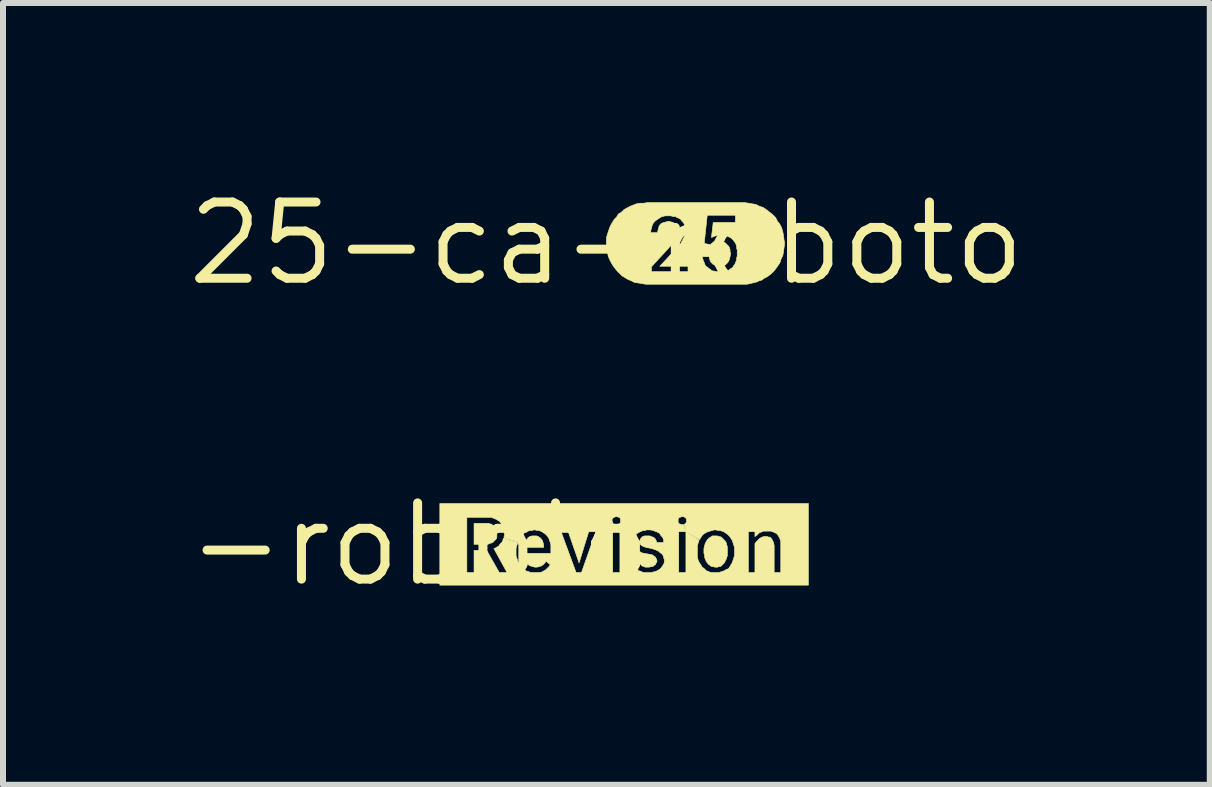
<source format=kicad_pcb>
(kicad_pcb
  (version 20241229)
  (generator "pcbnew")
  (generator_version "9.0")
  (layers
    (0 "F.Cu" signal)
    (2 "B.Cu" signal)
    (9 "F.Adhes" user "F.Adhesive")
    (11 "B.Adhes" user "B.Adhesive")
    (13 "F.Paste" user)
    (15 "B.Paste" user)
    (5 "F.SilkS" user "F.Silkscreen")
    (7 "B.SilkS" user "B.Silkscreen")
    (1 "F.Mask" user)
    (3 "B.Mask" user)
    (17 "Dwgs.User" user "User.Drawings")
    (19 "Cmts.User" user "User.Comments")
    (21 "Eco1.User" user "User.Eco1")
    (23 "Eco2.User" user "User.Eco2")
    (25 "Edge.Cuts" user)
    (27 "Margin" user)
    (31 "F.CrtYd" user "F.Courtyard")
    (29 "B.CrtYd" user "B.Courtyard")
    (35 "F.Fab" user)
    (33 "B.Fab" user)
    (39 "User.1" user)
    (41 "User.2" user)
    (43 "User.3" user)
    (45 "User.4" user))
  (footprint "-roboto"
    (layer "F.Cu")
    (at 3.938 6.019)
    (property "Reference" "-roboto" (at 0 0 0) (layer "F.SilkS") (effects (font (size 1.27 1.27) (thickness 0.15))))
    (attr board_only exclude_from_pos_files exclude_from_bom)
    (fp_poly (pts (xy 1.91 -0.14) (xy 1.88 -0.14) (xy 1.84 -0.13) (xy 1.81 -0.11) (xy 1.79 -0.08) (xy 1.77 -0.06) (xy 1.75 -0.02) (xy 1.74 0.01) (xy 1.73 0.05) (xy 2.07 0.05) (xy 2.07 0.01) (xy 2.06 -0.03) (xy 2.05 -0.06) (xy 2.03 -0.09) (xy 2.01 -0.11) (xy 1.98 -0.13) (xy 1.95 -0.14) (xy 1.91 -0.14)) (stroke (width 0.01) (type solid)) (fill yes) (layer "F.SilkS"))
    (fp_poly (pts (xy 0.91 0) (xy 1.1 0) (xy 1.14 0) (xy 1.16 -0.01) (xy 1.19 -0.02) (xy 1.22 -0.03) (xy 1.24 -0.05) (xy 1.26 -0.07) (xy 1.28 -0.09) (xy 1.29 -0.12) (xy 1.29 -0.15) (xy 1.29 -0.2) (xy 1.29 -0.23) (xy 1.27 -0.26) (xy 1.26 -0.29) (xy 1.23 -0.31) (xy 1.21 -0.33) (xy 1.18 -0.34) (xy 1.15 -0.35) (xy 1.1 -0.35) (xy 0.91 -0.35) (xy 0.91 0)) (stroke (width 0.01) (type solid)) (fill yes) (layer "F.SilkS"))
    (fp_poly (pts (xy 4.74 0.12) (xy 4.74 0.15) (xy 4.75 0.18) (xy 4.75 0.21) (xy 4.76 0.24) (xy 4.77 0.26) (xy 4.78 0.29) (xy 4.8 0.31) (xy 4.81 0.33) (xy 4.83 0.34) (xy 4.85 0.36) (xy 4.87 0.37) (xy 4.89 0.37) (xy 4.92 0.38) (xy 4.94 0.38) (xy 4.97 0.38) (xy 4.99 0.37) (xy 5.01 0.37) (xy 5.03 0.36) (xy 5.05 0.34) (xy 5.06 0.33) (xy 5.08 0.31) (xy 5.09 0.29) (xy 5.1 0.27) (xy 5.11 0.25) (xy 5.12 0.22) (xy 5.13 0.19) (xy 5.13 0.13) (xy 5.13 0.07) (xy 5.13 0.04) (xy 5.12 0.01) (xy 5.11 -0.03) (xy 5.09 -0.06) (xy 5.06 -0.09) (xy 5.03 -0.12) (xy 5 -0.13) (xy 4.96 -0.14) (xy 4.92 -0.14) (xy 4.88 -0.14) (xy 4.85 -0.12) (xy 4.82 -0.1) (xy 4.8 -0.08) (xy 4.78 -0.05) (xy 4.76 -0.01) (xy 4.75 0.03) (xy 4.74 0.07) (xy 4.74 0.12)) (stroke (width 0.01) (type solid)) (fill yes) (layer "F.SilkS"))
    (fp_poly (pts (xy 0.68 -0.68) (xy 0.34 -0.68) (xy 0.34 0.68) (xy 6.48 0.68) (xy 6.48 -0.68) (xy 0.68 -0.68) (xy 0.79 -0.45) (xy 1.1 -0.45) (xy 1.15 -0.45) (xy 1.19 -0.45) (xy 1.25 -0.43) (xy 1.27 -0.42) (xy 1.29 -0.41) (xy 1.32 -0.39) (xy 1.34 -0.38) (xy 1.35 -0.36) (xy 1.37 -0.34) (xy 1.38 -0.32) (xy 1.4 -0.29) (xy 1.4 -0.26) (xy 1.41 -0.23) (xy 1.41 -0.19) (xy 1.42 -0.16) (xy 1.41 -0.13) (xy 1.41 -0.1) (xy 1.64 -0.04) (xy 1.65 -0.07) (xy 1.66 -0.1) (xy 1.68 -0.12) (xy 1.7 -0.15) (xy 1.72 -0.17) (xy 1.75 -0.19) (xy 1.78 -0.2) (xy 1.81 -0.22) (xy 1.84 -0.23) (xy 1.87 -0.23) (xy 1.9 -0.24) (xy 1.93 -0.24) (xy 1.96 -0.23) (xy 1.99 -0.23) (xy 2.02 -0.22) (xy 2.05 -0.21) (xy 2.07 -0.19) (xy 2.09 -0.18) (xy 2.11 -0.16) (xy 2.13 -0.14) (xy 2.15 -0.11) (xy 2.36 -0.21) (xy 2.48 -0.21) (xy 2.66 0.31) (xy 2.82 -0.21) (xy 2.94 -0.21) (xy 3.22 -0.37) (xy 3.21 -0.38) (xy 3.21 -0.39) (xy 3.21 -0.42) (xy 3.22 -0.43) (xy 3.23 -0.44) (xy 3.23 -0.45) (xy 3.24 -0.45) (xy 3.27 -0.46) (xy 3.3 -0.46) (xy 3.32 -0.45) (xy 3.33 -0.45) (xy 3.34 -0.44) (xy 3.35 -0.43) (xy 3.35 -0.42) (xy 3.35 -0.4) (xy 3.35 -0.39) (xy 3.35 -0.37) (xy 3.35 -0.36) (xy 3.34 -0.35) (xy 3.33 -0.34) (xy 3.32 -0.34) (xy 3.31 -0.33) (xy 3.34 -0.21) (xy 3.57 -0.11) (xy 3.58 -0.14) (xy 3.61 -0.17) (xy 3.64 -0.19) (xy 3.66 -0.2) (xy 3.68 -0.21) (xy 3.7 -0.22) (xy 3.73 -0.23) (xy 3.76 -0.23) (xy 3.78 -0.24) (xy 3.85 -0.24) (xy 3.9 -0.23) (xy 3.92 -0.22) (xy 3.95 -0.21) (xy 3.97 -0.2) (xy 3.99 -0.19) (xy 4.01 -0.17) (xy 4.02 -0.15) (xy 4.04 -0.13) (xy 4.32 -0.35) (xy 4.31 -0.37) (xy 4.31 -0.38) (xy 4.31 -0.39) (xy 4.31 -0.42) (xy 4.32 -0.43) (xy 4.32 -0.44) (xy 4.33 -0.45) (xy 4.34 -0.45) (xy 4.37 -0.46) (xy 4.4 -0.46) (xy 4.42 -0.45) (xy 4.43 -0.45) (xy 4.44 -0.44) (xy 4.44 -0.43) (xy 4.45 -0.42) (xy 4.45 -0.4) (xy 4.45 -0.39) (xy 4.45 -0.37) (xy 4.44 -0.36) (xy 4.44 -0.35) (xy 4.43 -0.34) (xy 4.42 -0.34) (xy 4.41 -0.33) (xy 4.44 -0.21) (xy 4.67 -0.08) (xy 4.68 -0.1) (xy 4.7 -0.13) (xy 4.72 -0.16) (xy 4.75 -0.18) (xy 4.78 -0.2) (xy 4.81 -0.21) (xy 4.84 -0.22) (xy 4.87 -0.23) (xy 4.91 -0.24) (xy 4.94 -0.24) (xy 4.98 -0.23) (xy 5.01 -0.23) (xy 5.04 -0.22) (xy 5.07 -0.21) (xy 5.1 -0.19) (xy 5.13 -0.17) (xy 5.15 -0.15) (xy 5.17 -0.13) (xy 5.19 -0.1) (xy 5.21 -0.07) (xy 5.48 -0.21) (xy 5.59 -0.21) (xy 5.59 -0.13) (xy 5.62 -0.15) (xy 5.64 -0.17) (xy 5.66 -0.19) (xy 5.68 -0.2) (xy 5.71 -0.21) (xy 5.73 -0.22) (xy 5.76 -0.22) (xy 5.79 -0.22) (xy 5.82 -0.22) (xy 5.86 -0.22) (xy 5.88 -0.21) (xy 5.91 -0.2) (xy 5.93 -0.19) (xy 5.95 -0.18) (xy 5.97 -0.16) (xy 5.98 -0.14) (xy 6 -0.11) (xy 6.01 -0.08) (xy 6.02 -0.05) (xy 6.02 -0.01) (xy 6.02 0.47) (xy 5.91 0.47) (xy 5.91 0.02) (xy 5.9 -0.03) (xy 5.89 -0.05) (xy 5.88 -0.07) (xy 5.87 -0.09) (xy 5.86 -0.1) (xy 5.84 -0.12) (xy 5.82 -0.12) (xy 5.79 -0.13) (xy 5.76 -0.13) (xy 5.74 -0.13) (xy 5.71 -0.12) (xy 5.69 -0.11) (xy 5.67 -0.1) (xy 5.65 -0.08) (xy 5.63 -0.06) (xy 5.61 -0.04) (xy 5.59 -0.01) (xy 5.59 0.47) (xy 5.48 0.47) (xy 5.48 -0.21) (xy 5.21 -0.07) (xy 5.22 -0.04) (xy 5.23 -0.01) (xy 5.24 0.02) (xy 5.25 0.06) (xy 5.25 0.1) (xy 5.25 0.14) (xy 5.25 0.18) (xy 5.24 0.22) (xy 5.23 0.25) (xy 5.22 0.28) (xy 5.21 0.31) (xy 5.19 0.34) (xy 5.18 0.36) (xy 5.16 0.39) (xy 5.14 0.41) (xy 5.11 0.42) (xy 5.08 0.44) (xy 5.05 0.45) (xy 5.02 0.46) (xy 4.99 0.47) (xy 4.96 0.47) (xy 4.93 0.47) (xy 4.89 0.47) (xy 4.86 0.47) (xy 4.83 0.46) (xy 4.81 0.45) (xy 4.78 0.44) (xy 4.76 0.42) (xy 4.74 0.4) (xy 4.71 0.38) (xy 4.7 0.36) (xy 4.68 0.33) (xy 4.66 0.3) (xy 4.65 0.28) (xy 4.64 0.25) (xy 4.63 0.21) (xy 4.63 0.18) (xy 4.63 0.15) (xy 4.63 0.11) (xy 4.63 0.07) (xy 4.63 0.03) (xy 4.64 -0.01) (xy 4.65 -0.04) (xy 4.66 -0.07) (xy 4.44 -0.21) (xy 4.44 0.47) (xy 4.32 0.47) (xy 4.32 -0.21) (xy 4.44 -0.21) (xy 4.4 -0.33) (xy 4.39 -0.33) (xy 4.37 -0.33) (xy 4.36 -0.33) (xy 4.34 -0.34) (xy 4.33 -0.34) (xy 4.32 -0.35) (xy 4.04 -0.13) (xy 4.06 -0.1) (xy 4.07 -0.06) (xy 4.07 -0.03) (xy 3.95 -0.03) (xy 3.95 -0.05) (xy 3.94 -0.07) (xy 3.93 -0.09) (xy 3.91 -0.11) (xy 3.89 -0.12) (xy 3.86 -0.13) (xy 3.84 -0.14) (xy 3.81 -0.14) (xy 3.78 -0.14) (xy 3.75 -0.14) (xy 3.72 -0.13) (xy 3.7 -0.11) (xy 3.69 -0.1) (xy 3.68 -0.08) (xy 3.67 -0.06) (xy 3.67 -0.03) (xy 3.68 -0.01) (xy 3.68 0) (xy 3.7 0.02) (xy 3.72 0.03) (xy 3.77 0.05) (xy 3.87 0.07) (xy 3.93 0.09) (xy 3.98 0.11) (xy 4.01 0.14) (xy 4.03 0.15) (xy 4.05 0.17) (xy 4.06 0.19) (xy 4.07 0.21) (xy 4.07 0.23) (xy 4.08 0.25) (xy 4.08 0.27) (xy 4.08 0.3) (xy 4.07 0.33) (xy 4.05 0.36) (xy 4.03 0.39) (xy 4.01 0.41) (xy 3.98 0.43) (xy 3.94 0.45) (xy 3.9 0.46) (xy 3.86 0.47) (xy 3.81 0.47) (xy 3.77 0.47) (xy 3.73 0.47) (xy 3.69 0.45) (xy 3.65 0.44) (xy 3.62 0.41) (xy 3.59 0.39) (xy 3.56 0.36) (xy 3.55 0.33) (xy 3.54 0.31) (xy 3.53 0.28) (xy 3.53 0.25) (xy 3.64 0.25) (xy 3.65 0.28) (xy 3.66 0.3) (xy 3.67 0.32) (xy 3.69 0.34) (xy 3.71 0.36) (xy 3.74 0.37) (xy 3.76 0.38) (xy 3.79 0.38) (xy 3.83 0.38) (xy 3.86 0.37) (xy 3.89 0.37) (xy 3.91 0.35) (xy 3.93 0.34) (xy 3.94 0.32) (xy 3.95 0.3) (xy 3.96 0.28) (xy 3.95 0.25) (xy 3.94 0.23) (xy 3.93 0.21) (xy 3.91 0.2) (xy 3.89 0.18) (xy 3.86 0.17) (xy 3.74 0.15) (xy 3.7 0.14) (xy 3.67 0.12) (xy 3.64 0.11) (xy 3.61 0.09) (xy 3.59 0.07) (xy 3.57 0.05) (xy 3.56 0.02) (xy 3.55 -0.01) (xy 3.55 -0.05) (xy 3.55 -0.08) (xy 3.57 -0.11) (xy 3.34 -0.21) (xy 3.34 0.47) (xy 3.22 0.47) (xy 3.22 -0.21) (xy 3.34 -0.21) (xy 3.31 -0.33) (xy 3.29 -0.33) (xy 3.27 -0.33) (xy 3.26 -0.33) (xy 3.24 -0.34) (xy 3.23 -0.34) (xy 3.22 -0.35) (xy 3.22 -0.36) (xy 2.94 -0.21) (xy 2.7 0.47) (xy 2.61 0.47) (xy 2.36 -0.21) (xy 2.15 -0.11) (xy 2.16 -0.09) (xy 2.17 -0.06) (xy 2.18 -0.03) (xy 2.19 0.01) (xy 2.19 0.04) (xy 2.19 0.08) (xy 2.19 0.15) (xy 1.73 0.15) (xy 1.73 0.19) (xy 1.74 0.22) (xy 1.75 0.25) (xy 1.76 0.28) (xy 1.78 0.31) (xy 1.8 0.33) (xy 1.83 0.35) (xy 1.85 0.36) (xy 1.89 0.37) (xy 1.92 0.38) (xy 1.96 0.38) (xy 2 0.37) (xy 2.03 0.36) (xy 2.06 0.34) (xy 2.09 0.31) (xy 2.11 0.28) (xy 2.18 0.34) (xy 2.16 0.37) (xy 2.13 0.4) (xy 2.11 0.42) (xy 2.08 0.44) (xy 2.04 0.46) (xy 2.01 0.47) (xy 1.97 0.47) (xy 1.92 0.47) (xy 1.89 0.47) (xy 1.86 0.47) (xy 1.83 0.46) (xy 1.8 0.45) (xy 1.77 0.44) (xy 1.75 0.42) (xy 1.72 0.4) (xy 1.7 0.38) (xy 1.68 0.36) (xy 1.66 0.34) (xy 1.65 0.31) (xy 1.64 0.28) (xy 1.63 0.25) (xy 1.62 0.22) (xy 1.61 0.19) (xy 1.61 0.15) (xy 1.61 0.1) (xy 1.61 0.07) (xy 1.62 0.03) (xy 1.63 0) (xy 1.64 -0.03) (xy 1.4 -0.1) (xy 1.39 -0.07) (xy 1.38 -0.04) (xy 1.36 -0.02) (xy 1.34 0) (xy 1.32 0.03) (xy 1.3 0.04) (xy 1.27 0.06) (xy 1.24 0.07) (xy 1.46 0.47) (xy 1.33 0.47) (xy 1.12 0.1) (xy 0.91 0.1) (xy 0.91 0.47) (xy 0.79 0.47) (xy 0.79 -0.45) (xy 0.68 -0.68)) (stroke (width 0.01) (type solid)) (fill yes) (layer "F.SilkS")))
  (footprint "25-ca-roboto"
    (layer "F.Cu")
    (at 7.053 1.006)
    (property "Reference" "25-ca-roboto" (at 0 0 0) (layer "F.SilkS") (effects (font (size 1.27 1.27) (thickness 0.15))))
    (attr board_only exclude_from_pos_files exclude_from_bom)
    (fp_poly (pts (xy 0.68 -0.68) (xy 0.62 -0.67) (xy 0.56 -0.67) (xy 0.5 -0.66) (xy 0.45 -0.64) (xy 0.4 -0.62) (xy 0.34 -0.59) (xy 0.29 -0.56) (xy 0.25 -0.52) (xy 0.2 -0.49) (xy 0.17 -0.44) (xy 0.13 -0.4) (xy 0.1 -0.35) (xy 0.07 -0.3) (xy 0.05 -0.25) (xy 0.03 -0.19) (xy 0.01 -0.13) (xy 0 -0.08) (xy 0 -0.02) (xy 0 0.04) (xy 0.01 0.1) (xy 0.02 0.15) (xy 0.03 0.21) (xy 0.05 0.26) (xy 0.08 0.32) (xy 0.11 0.37) (xy 0.14 0.41) (xy 0.18 0.46) (xy 0.22 0.5) (xy 0.26 0.54) (xy 0.31 0.57) (xy 0.36 0.6) (xy 0.41 0.62) (xy 0.47 0.65) (xy 0.54 0.66) (xy 0.6 0.67) (xy 0.66 0.68) (xy 0.75 0.47) (xy 0.75 0.39) (xy 1.08 0.03) (xy 1.11 0) (xy 1.15 -0.06) (xy 1.17 -0.1) (xy 1.19 -0.14) (xy 1.2 -0.17) (xy 1.2 -0.21) (xy 1.19 -0.25) (xy 1.18 -0.28) (xy 1.16 -0.31) (xy 1.14 -0.33) (xy 1.11 -0.35) (xy 1.07 -0.36) (xy 1.04 -0.37) (xy 1 -0.36) (xy 0.96 -0.35) (xy 0.93 -0.34) (xy 0.9 -0.32) (xy 0.88 -0.29) (xy 0.87 -0.26) (xy 0.86 -0.22) (xy 0.85 -0.18) (xy 0.74 -0.18) (xy 0.74 -0.22) (xy 0.75 -0.25) (xy 0.76 -0.29) (xy 0.77 -0.32) (xy 0.79 -0.35) (xy 0.82 -0.38) (xy 0.85 -0.4) (xy 0.88 -0.42) (xy 0.91 -0.44) (xy 0.94 -0.45) (xy 0.98 -0.46) (xy 1.02 -0.46) (xy 1.07 -0.46) (xy 1.11 -0.45) (xy 1.15 -0.45) (xy 1.18 -0.43) (xy 1.21 -0.42) (xy 1.24 -0.4) (xy 1.26 -0.37) (xy 1.28 -0.35) (xy 1.3 -0.32) (xy 1.31 -0.29) (xy 1.32 -0.26) (xy 1.32 -0.22) (xy 1.32 -0.2) (xy 1.32 -0.17) (xy 1.31 -0.15) (xy 1.3 -0.12) (xy 1.27 -0.06) (xy 1.24 0) (xy 1.2 0.04) (xy 1.16 0.09) (xy 0.89 0.38) (xy 1.36 0.38) (xy 1.36 0.47) (xy 0.75 0.47) (xy 0.66 0.68) (xy 2.29 0.68) (xy 2.34 0.68) (xy 2.39 0.67) (xy 2.43 0.66) (xy 2.47 0.65) (xy 2.51 0.64) (xy 2.55 0.62) (xy 2.59 0.61) (xy 2.63 0.58) (xy 2.67 0.56) (xy 2.7 0.54) (xy 2.74 0.51) (xy 2.77 0.48) (xy 2.8 0.45) (xy 2.83 0.41) (xy 2.85 0.38) (xy 2.88 0.34) (xy 2.9 0.3) (xy 2.91 0.26) (xy 2.94 0.2) (xy 2.95 0.14) (xy 2.96 0.07) (xy 2.97 0) (xy 2.96 -0.06) (xy 2.95 -0.13) (xy 2.94 -0.19) (xy 2.92 -0.26) (xy 2.89 -0.32) (xy 2.85 -0.37) (xy 2.82 -0.43) (xy 2.77 -0.48) (xy 2.72 -0.52) (xy 2.67 -0.56) (xy 2.61 -0.6) (xy 2.55 -0.62) (xy 2.49 -0.65) (xy 2.43 -0.66) (xy 2.37 -0.67) (xy 2.31 -0.68) (xy 2.15 -0.47) (xy 2.15 -0.35) (xy 1.78 -0.35) (xy 1.75 -0.1) (xy 1.78 -0.11) (xy 1.8 -0.12) (xy 1.83 -0.13) (xy 1.85 -0.14) (xy 1.88 -0.14) (xy 1.91 -0.14) (xy 1.94 -0.14) (xy 1.97 -0.14) (xy 1.99 -0.13) (xy 2.02 -0.12) (xy 2.04 -0.11) (xy 2.06 -0.1) (xy 2.08 -0.09) (xy 2.1 -0.07) (xy 2.12 -0.05) (xy 2.13 -0.03) (xy 2.15 -0.01) (xy 2.16 0.02) (xy 2.17 0.05) (xy 2.17 0.08) (xy 2.18 0.11) (xy 2.18 0.14) (xy 2.18 0.18) (xy 2.18 0.21) (xy 2.17 0.24) (xy 2.17 0.27) (xy 2.16 0.3) (xy 2.15 0.32) (xy 2.14 0.35) (xy 2.12 0.37) (xy 2.11 0.39) (xy 2.09 0.41) (xy 2.07 0.42) (xy 2.05 0.44) (xy 2.03 0.45) (xy 2 0.46) (xy 1.97 0.46) (xy 1.95 0.47) (xy 1.92 0.47) (xy 1.89 0.47) (xy 1.86 0.47) (xy 1.83 0.47) (xy 1.8 0.46) (xy 1.78 0.46) (xy 1.75 0.45) (xy 1.73 0.43) (xy 1.71 0.42) (xy 1.69 0.4) (xy 1.67 0.39) (xy 1.65 0.37) (xy 1.64 0.35) (xy 1.63 0.32) (xy 1.62 0.3) (xy 1.61 0.27) (xy 1.6 0.25) (xy 1.6 0.22) (xy 1.71 0.22) (xy 1.72 0.26) (xy 1.73 0.29) (xy 1.75 0.32) (xy 1.78 0.35) (xy 1.81 0.36) (xy 1.84 0.38) (xy 1.89 0.38) (xy 1.93 0.38) (xy 1.96 0.37) (xy 1.99 0.35) (xy 2.02 0.32) (xy 2.04 0.29) (xy 2.05 0.26) (xy 2.06 0.22) (xy 2.07 0.17) (xy 2.06 0.13) (xy 2.06 0.1) (xy 2.05 0.07) (xy 2.04 0.05) (xy 2.02 0.03) (xy 2 0.01) (xy 1.98 -0.01) (xy 1.96 -0.02) (xy 1.94 -0.03) (xy 1.91 -0.04) (xy 1.88 -0.04) (xy 1.85 -0.04) (xy 1.82 -0.03) (xy 1.79 -0.03) (xy 1.78 -0.02) (xy 1.73 0.02) (xy 1.63 0) (xy 1.68 -0.47) (xy 2.15 -0.47) (xy 2.31 -0.68) (xy 0.68 -0.68)) (stroke (width 0.01) (type solid)) (fill yes) (layer "F.SilkS")))
  (gr_rect
    (start -3 -3)
    (end 17.106 10.025)
    (stroke (width 0.1) (type default))
    (fill no)
    (layer "Edge.Cuts")))
</source>
